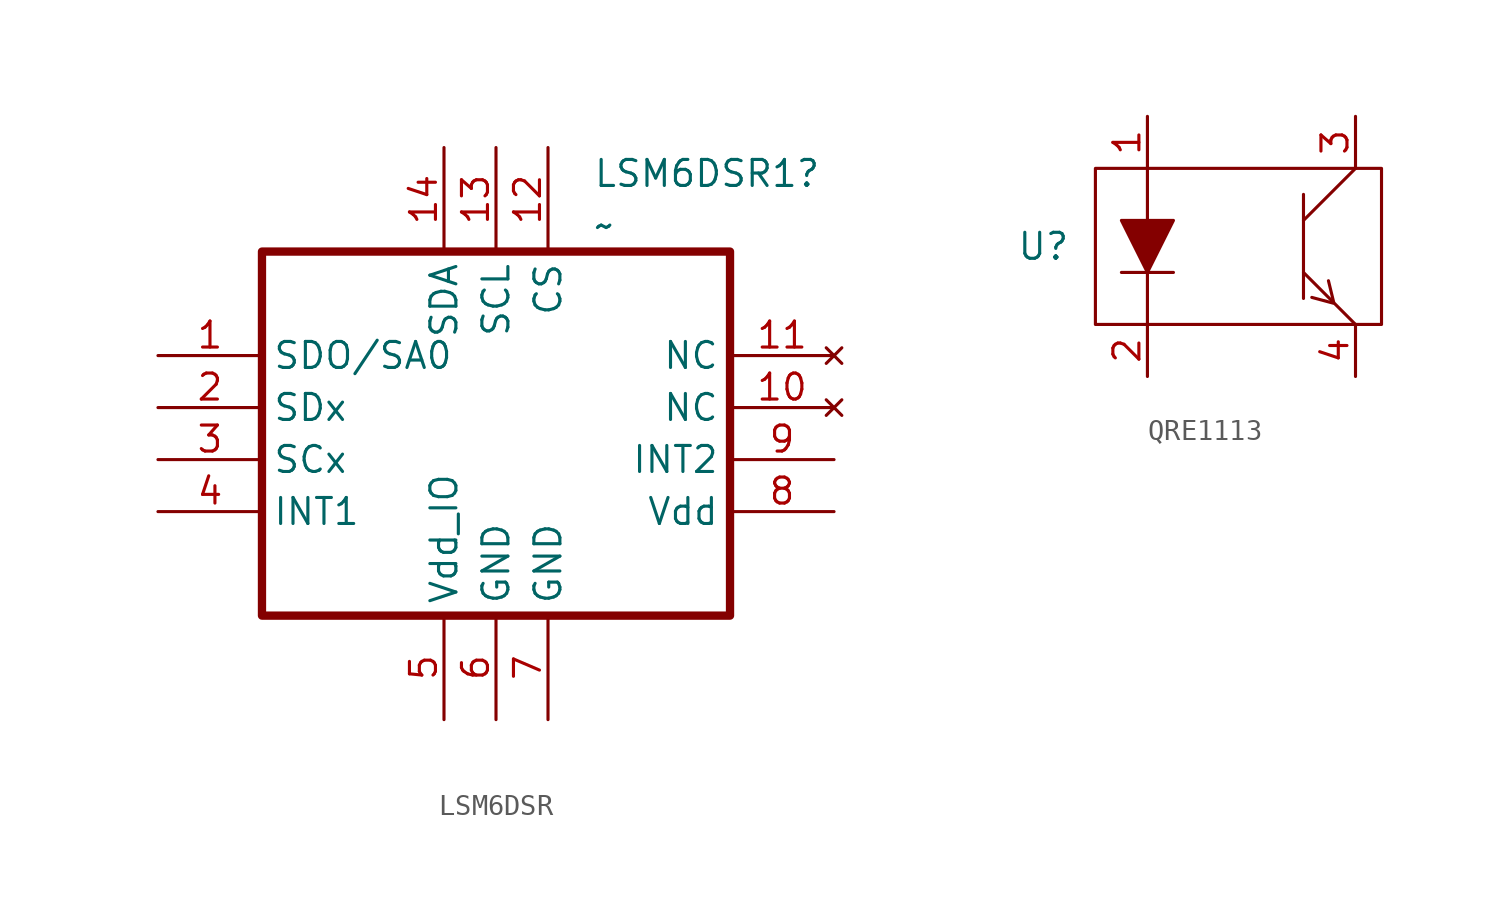
<source format=kicad_sym>
(kicad_symbol_lib
  (version 20231120)
  (generator "kicad_symbol_editor")
  (generator_version "8.0")
  (symbol "LSM6DSR"
    (property "Reference" "LSM6DSR1"
      (at 4.734 12.7 0)
      (effects (font (size 1.27 1.27)) (justify left)))
    (property "Value" "~"
      (at 4.734 10.16 0)
      (effects (font (size 1.27 1.27)) (justify left)))
    (symbol "LSM6DSR_0_1"
      (rectangle (start -11.43 8.89) (end 11.43 -8.89) (stroke (width 0.406) (type solid)) (fill (type none))))
    (symbol "LSM6DSR_1_1"
      (pin bidirectional line (at -16.51 3.81 0) (length 5.08) (name "SDO/SA0" (effects (font (size 1.27 1.27)))) (number "1" (effects (font (size 1.27 1.27)))))
      (pin no_connect line (at 16.51 1.27 180) (length 5.08) (name "NC" (effects (font (size 1.27 1.27)))) (number "10" (effects (font (size 1.27 1.27)))))
      (pin no_connect line (at 16.51 3.81 180) (length 5.08) (name "NC" (effects (font (size 1.27 1.27)))) (number "11" (effects (font (size 1.27 1.27)))))
      (pin input line (at 2.54 13.97 270) (length 5.08) (name "CS" (effects (font (size 1.27 1.27)))) (number "12" (effects (font (size 1.27 1.27)))))
      (pin input line (at 0 13.97 270) (length 5.08) (name "SCL" (effects (font (size 1.27 1.27)))) (number "13" (effects (font (size 1.27 1.27)))))
      (pin bidirectional line (at -2.54 13.97 270) (length 5.08) (name "SDA" (effects (font (size 1.27 1.27)))) (number "14" (effects (font (size 1.27 1.27)))))
      (pin bidirectional line (at -16.51 1.27 0) (length 5.08) (name "SDx" (effects (font (size 1.27 1.27)))) (number "2" (effects (font (size 1.27 1.27)))))
      (pin bidirectional line (at -16.51 -1.27 0) (length 5.08) (name "SCx" (effects (font (size 1.27 1.27)))) (number "3" (effects (font (size 1.27 1.27)))))
      (pin output line (at -16.51 -3.81 0) (length 5.08) (name "INT1" (effects (font (size 1.27 1.27)))) (number "4" (effects (font (size 1.27 1.27)))))
      (pin power_in line (at -2.54 -13.97 90) (length 5.08) (name "Vdd_IO" (effects (font (size 1.27 1.27)))) (number "5" (effects (font (size 1.27 1.27)))))
      (pin power_out line (at 0 -13.97 90) (length 5.08) (name "GND" (effects (font (size 1.27 1.27)))) (number "6" (effects (font (size 1.27 1.27)))))
      (pin power_out line (at 2.54 -13.97 90) (length 5.08) (name "GND" (effects (font (size 1.27 1.27)))) (number "7" (effects (font (size 1.27 1.27)))))
      (pin power_in line (at 16.51 -3.81 180) (length 5.08) (name "Vdd" (effects (font (size 1.27 1.27)))) (number "8" (effects (font (size 1.27 1.27)))))
      (pin output line (at 16.51 -1.27 180) (length 5.08) (name "INT2" (effects (font (size 1.27 1.27)))) (number "9" (effects (font (size 1.27 1.27)))))))
  (symbol "QRE1113"
    (property "Reference" "U"
      (at -8.89 0 0)
      (effects (font (size 1.27 1.27))))
    (property "Value" ""
      (at 0 0 0)
      (effects (font (size 1.27 1.27))))
    (symbol "QRE1113_0_1"
      (rectangle (start -6.35 3.81) (end 7.62 -3.81) (stroke (width 0) (type solid)) (fill (type none)))
      (polyline (pts (xy -5.08 -1.27) (xy -2.54 -1.27)) (stroke (width 0) (type solid)) (fill (type none)))
      (polyline (pts (xy -3.81 3.81) (xy -3.81 -3.81)) (stroke (width 0) (type solid)) (fill (type none)))
      (polyline (pts (xy 3.81 2.54) (xy 3.81 -2.54)) (stroke (width 0) (type solid)) (fill (type none)))
      (polyline (pts (xy 5.258 -2.769) (xy 4.216 -2.489)) (stroke (width 0) (type solid)) (fill (type none)))
      (polyline (pts (xy 5.283 -2.718) (xy 5.029 -1.676)) (stroke (width 0) (type solid)) (fill (type none)))
      (polyline (pts (xy 6.35 -3.81) (xy 3.81 -1.27)) (stroke (width 0) (type solid)) (fill (type none)))
      (polyline (pts (xy 6.35 3.81) (xy 3.81 1.27)) (stroke (width 0) (type solid)) (fill (type none)))
      (polyline (pts (xy -5.08 1.27) (xy -2.54 1.27) (xy -3.81 -1.27) (xy -5.08 1.27)) (stroke (width 0) (type solid)) (fill (type outline))))
    (symbol "QRE1113_1_1"
      (pin input line (at -3.81 6.35 270) (length 2.54) (name "~" (effects (font (size 1.27 1.27)))) (number "1" (effects (font (size 1.27 1.27)))))
      (pin power_in line (at -3.81 -6.35 90) (length 2.54) (name "~" (effects (font (size 1.27 1.27)))) (number "2" (effects (font (size 1.27 1.27)))))
      (pin open_collector line (at 6.35 6.35 270) (length 2.54) (name "~" (effects (font (size 1.27 1.27)))) (number "3" (effects (font (size 1.27 1.27)))))
      (pin power_in line (at 6.35 -6.35 90) (length 2.54) (name "~" (effects (font (size 1.27 1.27)))) (number "4" (effects (font (size 1.27 1.27))))))))
</source>
